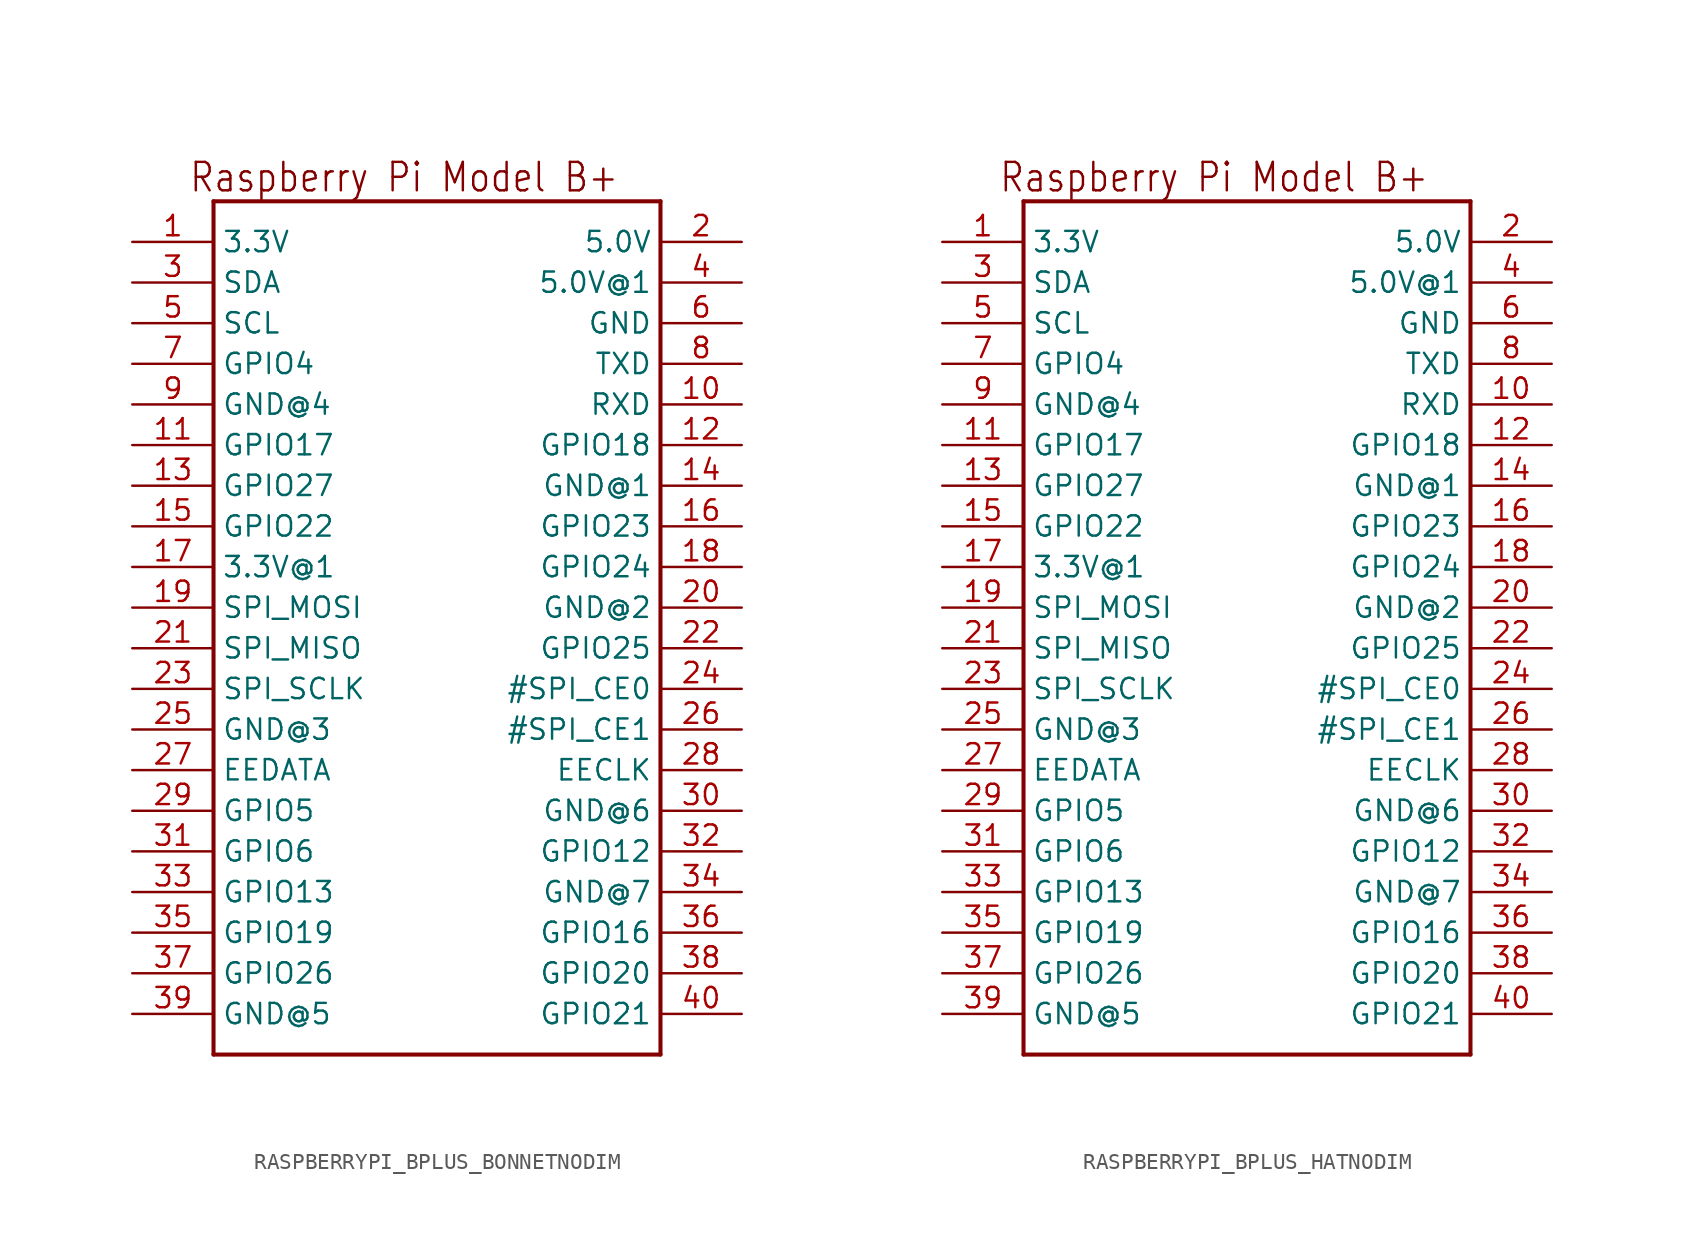
<source format=kicad_sym>
(kicad_symbol_lib
  (version 20211014)
  (generator kicad_symbol_editor)
  (symbol "RASPBERRYPI_BPLUS_BONNETNODIM"
    (property "Reference" "RPI"
      (at 0 0 0)
      (effects (font (size 1.27 1.27)) hide))
    (property "ki_locked" ""
      (at 0 0 0)
      (effects (font (size 1.27 1.27))))
    (symbol "RASPBERRYPI_BPLUS_BONNETNODIM_1_0"
      (polyline (pts (xy -12.7 -30.48) (xy -12.7 22.86)) (stroke (width 0.254) (type default) (color 0 0 0 0)) (fill (type none)))
      (polyline (pts (xy -12.7 22.86) (xy 15.24 22.86)) (stroke (width 0.254) (type default) (color 0 0 0 0)) (fill (type none)))
      (polyline (pts (xy 15.24 -30.48) (xy -12.7 -30.48)) (stroke (width 0.254) (type default) (color 0 0 0 0)) (fill (type none)))
      (polyline (pts (xy 15.24 22.86) (xy 15.24 -30.48)) (stroke (width 0.254) (type default) (color 0 0 0 0)) (fill (type none)))
      (text "Raspberry Pi Model B+" (at 12.7 25.4 0) (effects (font (size 1.778 1.511)) (justify right top)))
      (pin power_in line (at -17.78 20.32 0) (length 5.08) (name "3.3V" (effects (font (size 1.27 1.27)))) (number "1" (effects (font (size 1.27 1.27)))))
      (pin bidirectional line (at 20.32 10.16 180) (length 5.08) (name "RXD" (effects (font (size 1.27 1.27)))) (number "10" (effects (font (size 1.27 1.27)))))
      (pin bidirectional line (at -17.78 7.62 0) (length 5.08) (name "GPIO17" (effects (font (size 1.27 1.27)))) (number "11" (effects (font (size 1.27 1.27)))))
      (pin bidirectional line (at 20.32 7.62 180) (length 5.08) (name "GPIO18" (effects (font (size 1.27 1.27)))) (number "12" (effects (font (size 1.27 1.27)))))
      (pin bidirectional line (at -17.78 5.08 0) (length 5.08) (name "GPIO27" (effects (font (size 1.27 1.27)))) (number "13" (effects (font (size 1.27 1.27)))))
      (pin power_in line (at 20.32 5.08 180) (length 5.08) (name "GND@1" (effects (font (size 1.27 1.27)))) (number "14" (effects (font (size 1.27 1.27)))))
      (pin bidirectional line (at -17.78 2.54 0) (length 5.08) (name "GPIO22" (effects (font (size 1.27 1.27)))) (number "15" (effects (font (size 1.27 1.27)))))
      (pin bidirectional line (at 20.32 2.54 180) (length 5.08) (name "GPIO23" (effects (font (size 1.27 1.27)))) (number "16" (effects (font (size 1.27 1.27)))))
      (pin power_in line (at -17.78 0 0) (length 5.08) (name "3.3V@1" (effects (font (size 1.27 1.27)))) (number "17" (effects (font (size 1.27 1.27)))))
      (pin bidirectional line (at 20.32 0 180) (length 5.08) (name "GPIO24" (effects (font (size 1.27 1.27)))) (number "18" (effects (font (size 1.27 1.27)))))
      (pin bidirectional line (at -17.78 -2.54 0) (length 5.08) (name "SPI_MOSI" (effects (font (size 1.27 1.27)))) (number "19" (effects (font (size 1.27 1.27)))))
      (pin power_in line (at 20.32 20.32 180) (length 5.08) (name "5.0V" (effects (font (size 1.27 1.27)))) (number "2" (effects (font (size 1.27 1.27)))))
      (pin power_in line (at 20.32 -2.54 180) (length 5.08) (name "GND@2" (effects (font (size 1.27 1.27)))) (number "20" (effects (font (size 1.27 1.27)))))
      (pin bidirectional line (at -17.78 -5.08 0) (length 5.08) (name "SPI_MISO" (effects (font (size 1.27 1.27)))) (number "21" (effects (font (size 1.27 1.27)))))
      (pin bidirectional line (at 20.32 -5.08 180) (length 5.08) (name "GPIO25" (effects (font (size 1.27 1.27)))) (number "22" (effects (font (size 1.27 1.27)))))
      (pin bidirectional line (at -17.78 -7.62 0) (length 5.08) (name "SPI_SCLK" (effects (font (size 1.27 1.27)))) (number "23" (effects (font (size 1.27 1.27)))))
      (pin bidirectional line (at 20.32 -7.62 180) (length 5.08) (name "#SPI_CE0" (effects (font (size 1.27 1.27)))) (number "24" (effects (font (size 1.27 1.27)))))
      (pin power_in line (at -17.78 -10.16 0) (length 5.08) (name "GND@3" (effects (font (size 1.27 1.27)))) (number "25" (effects (font (size 1.27 1.27)))))
      (pin bidirectional line (at 20.32 -10.16 180) (length 5.08) (name "#SPI_CE1" (effects (font (size 1.27 1.27)))) (number "26" (effects (font (size 1.27 1.27)))))
      (pin bidirectional line (at -17.78 -12.7 0) (length 5.08) (name "EEDATA" (effects (font (size 1.27 1.27)))) (number "27" (effects (font (size 1.27 1.27)))))
      (pin bidirectional line (at 20.32 -12.7 180) (length 5.08) (name "EECLK" (effects (font (size 1.27 1.27)))) (number "28" (effects (font (size 1.27 1.27)))))
      (pin bidirectional line (at -17.78 -15.24 0) (length 5.08) (name "GPIO5" (effects (font (size 1.27 1.27)))) (number "29" (effects (font (size 1.27 1.27)))))
      (pin bidirectional line (at -17.78 17.78 0) (length 5.08) (name "SDA" (effects (font (size 1.27 1.27)))) (number "3" (effects (font (size 1.27 1.27)))))
      (pin power_in line (at 20.32 -15.24 180) (length 5.08) (name "GND@6" (effects (font (size 1.27 1.27)))) (number "30" (effects (font (size 1.27 1.27)))))
      (pin bidirectional line (at -17.78 -17.78 0) (length 5.08) (name "GPIO6" (effects (font (size 1.27 1.27)))) (number "31" (effects (font (size 1.27 1.27)))))
      (pin bidirectional line (at 20.32 -17.78 180) (length 5.08) (name "GPIO12" (effects (font (size 1.27 1.27)))) (number "32" (effects (font (size 1.27 1.27)))))
      (pin bidirectional line (at -17.78 -20.32 0) (length 5.08) (name "GPIO13" (effects (font (size 1.27 1.27)))) (number "33" (effects (font (size 1.27 1.27)))))
      (pin power_in line (at 20.32 -20.32 180) (length 5.08) (name "GND@7" (effects (font (size 1.27 1.27)))) (number "34" (effects (font (size 1.27 1.27)))))
      (pin bidirectional line (at -17.78 -22.86 0) (length 5.08) (name "GPIO19" (effects (font (size 1.27 1.27)))) (number "35" (effects (font (size 1.27 1.27)))))
      (pin bidirectional line (at 20.32 -22.86 180) (length 5.08) (name "GPIO16" (effects (font (size 1.27 1.27)))) (number "36" (effects (font (size 1.27 1.27)))))
      (pin bidirectional line (at -17.78 -25.4 0) (length 5.08) (name "GPIO26" (effects (font (size 1.27 1.27)))) (number "37" (effects (font (size 1.27 1.27)))))
      (pin bidirectional line (at 20.32 -25.4 180) (length 5.08) (name "GPIO20" (effects (font (size 1.27 1.27)))) (number "38" (effects (font (size 1.27 1.27)))))
      (pin power_in line (at -17.78 -27.94 0) (length 5.08) (name "GND@5" (effects (font (size 1.27 1.27)))) (number "39" (effects (font (size 1.27 1.27)))))
      (pin power_in line (at 20.32 17.78 180) (length 5.08) (name "5.0V@1" (effects (font (size 1.27 1.27)))) (number "4" (effects (font (size 1.27 1.27)))))
      (pin bidirectional line (at 20.32 -27.94 180) (length 5.08) (name "GPIO21" (effects (font (size 1.27 1.27)))) (number "40" (effects (font (size 1.27 1.27)))))
      (pin bidirectional line (at -17.78 15.24 0) (length 5.08) (name "SCL" (effects (font (size 1.27 1.27)))) (number "5" (effects (font (size 1.27 1.27)))))
      (pin power_in line (at 20.32 15.24 180) (length 5.08) (name "GND" (effects (font (size 1.27 1.27)))) (number "6" (effects (font (size 1.27 1.27)))))
      (pin bidirectional line (at -17.78 12.7 0) (length 5.08) (name "GPIO4" (effects (font (size 1.27 1.27)))) (number "7" (effects (font (size 1.27 1.27)))))
      (pin bidirectional line (at 20.32 12.7 180) (length 5.08) (name "TXD" (effects (font (size 1.27 1.27)))) (number "8" (effects (font (size 1.27 1.27)))))
      (pin power_in line (at -17.78 10.16 0) (length 5.08) (name "GND@4" (effects (font (size 1.27 1.27)))) (number "9" (effects (font (size 1.27 1.27)))))))
  (symbol "RASPBERRYPI_BPLUS_HATNODIM"
    (property "Reference" "RPI"
      (at 0 0 0)
      (effects (font (size 1.27 1.27)) hide))
    (property "ki_locked" ""
      (at 0 0 0)
      (effects (font (size 1.27 1.27))))
    (symbol "RASPBERRYPI_BPLUS_HATNODIM_1_0"
      (polyline (pts (xy -12.7 -30.48) (xy -12.7 22.86)) (stroke (width 0.254) (type default) (color 0 0 0 0)) (fill (type none)))
      (polyline (pts (xy -12.7 22.86) (xy 15.24 22.86)) (stroke (width 0.254) (type default) (color 0 0 0 0)) (fill (type none)))
      (polyline (pts (xy 15.24 -30.48) (xy -12.7 -30.48)) (stroke (width 0.254) (type default) (color 0 0 0 0)) (fill (type none)))
      (polyline (pts (xy 15.24 22.86) (xy 15.24 -30.48)) (stroke (width 0.254) (type default) (color 0 0 0 0)) (fill (type none)))
      (text "Raspberry Pi Model B+" (at 12.7 25.4 0) (effects (font (size 1.778 1.511)) (justify right top)))
      (pin power_in line (at -17.78 20.32 0) (length 5.08) (name "3.3V" (effects (font (size 1.27 1.27)))) (number "1" (effects (font (size 1.27 1.27)))))
      (pin bidirectional line (at 20.32 10.16 180) (length 5.08) (name "RXD" (effects (font (size 1.27 1.27)))) (number "10" (effects (font (size 1.27 1.27)))))
      (pin bidirectional line (at -17.78 7.62 0) (length 5.08) (name "GPIO17" (effects (font (size 1.27 1.27)))) (number "11" (effects (font (size 1.27 1.27)))))
      (pin bidirectional line (at 20.32 7.62 180) (length 5.08) (name "GPIO18" (effects (font (size 1.27 1.27)))) (number "12" (effects (font (size 1.27 1.27)))))
      (pin bidirectional line (at -17.78 5.08 0) (length 5.08) (name "GPIO27" (effects (font (size 1.27 1.27)))) (number "13" (effects (font (size 1.27 1.27)))))
      (pin power_in line (at 20.32 5.08 180) (length 5.08) (name "GND@1" (effects (font (size 1.27 1.27)))) (number "14" (effects (font (size 1.27 1.27)))))
      (pin bidirectional line (at -17.78 2.54 0) (length 5.08) (name "GPIO22" (effects (font (size 1.27 1.27)))) (number "15" (effects (font (size 1.27 1.27)))))
      (pin bidirectional line (at 20.32 2.54 180) (length 5.08) (name "GPIO23" (effects (font (size 1.27 1.27)))) (number "16" (effects (font (size 1.27 1.27)))))
      (pin power_in line (at -17.78 0 0) (length 5.08) (name "3.3V@1" (effects (font (size 1.27 1.27)))) (number "17" (effects (font (size 1.27 1.27)))))
      (pin bidirectional line (at 20.32 0 180) (length 5.08) (name "GPIO24" (effects (font (size 1.27 1.27)))) (number "18" (effects (font (size 1.27 1.27)))))
      (pin bidirectional line (at -17.78 -2.54 0) (length 5.08) (name "SPI_MOSI" (effects (font (size 1.27 1.27)))) (number "19" (effects (font (size 1.27 1.27)))))
      (pin power_in line (at 20.32 20.32 180) (length 5.08) (name "5.0V" (effects (font (size 1.27 1.27)))) (number "2" (effects (font (size 1.27 1.27)))))
      (pin power_in line (at 20.32 -2.54 180) (length 5.08) (name "GND@2" (effects (font (size 1.27 1.27)))) (number "20" (effects (font (size 1.27 1.27)))))
      (pin bidirectional line (at -17.78 -5.08 0) (length 5.08) (name "SPI_MISO" (effects (font (size 1.27 1.27)))) (number "21" (effects (font (size 1.27 1.27)))))
      (pin bidirectional line (at 20.32 -5.08 180) (length 5.08) (name "GPIO25" (effects (font (size 1.27 1.27)))) (number "22" (effects (font (size 1.27 1.27)))))
      (pin bidirectional line (at -17.78 -7.62 0) (length 5.08) (name "SPI_SCLK" (effects (font (size 1.27 1.27)))) (number "23" (effects (font (size 1.27 1.27)))))
      (pin bidirectional line (at 20.32 -7.62 180) (length 5.08) (name "#SPI_CE0" (effects (font (size 1.27 1.27)))) (number "24" (effects (font (size 1.27 1.27)))))
      (pin power_in line (at -17.78 -10.16 0) (length 5.08) (name "GND@3" (effects (font (size 1.27 1.27)))) (number "25" (effects (font (size 1.27 1.27)))))
      (pin bidirectional line (at 20.32 -10.16 180) (length 5.08) (name "#SPI_CE1" (effects (font (size 1.27 1.27)))) (number "26" (effects (font (size 1.27 1.27)))))
      (pin bidirectional line (at -17.78 -12.7 0) (length 5.08) (name "EEDATA" (effects (font (size 1.27 1.27)))) (number "27" (effects (font (size 1.27 1.27)))))
      (pin bidirectional line (at 20.32 -12.7 180) (length 5.08) (name "EECLK" (effects (font (size 1.27 1.27)))) (number "28" (effects (font (size 1.27 1.27)))))
      (pin bidirectional line (at -17.78 -15.24 0) (length 5.08) (name "GPIO5" (effects (font (size 1.27 1.27)))) (number "29" (effects (font (size 1.27 1.27)))))
      (pin bidirectional line (at -17.78 17.78 0) (length 5.08) (name "SDA" (effects (font (size 1.27 1.27)))) (number "3" (effects (font (size 1.27 1.27)))))
      (pin power_in line (at 20.32 -15.24 180) (length 5.08) (name "GND@6" (effects (font (size 1.27 1.27)))) (number "30" (effects (font (size 1.27 1.27)))))
      (pin bidirectional line (at -17.78 -17.78 0) (length 5.08) (name "GPIO6" (effects (font (size 1.27 1.27)))) (number "31" (effects (font (size 1.27 1.27)))))
      (pin bidirectional line (at 20.32 -17.78 180) (length 5.08) (name "GPIO12" (effects (font (size 1.27 1.27)))) (number "32" (effects (font (size 1.27 1.27)))))
      (pin bidirectional line (at -17.78 -20.32 0) (length 5.08) (name "GPIO13" (effects (font (size 1.27 1.27)))) (number "33" (effects (font (size 1.27 1.27)))))
      (pin power_in line (at 20.32 -20.32 180) (length 5.08) (name "GND@7" (effects (font (size 1.27 1.27)))) (number "34" (effects (font (size 1.27 1.27)))))
      (pin bidirectional line (at -17.78 -22.86 0) (length 5.08) (name "GPIO19" (effects (font (size 1.27 1.27)))) (number "35" (effects (font (size 1.27 1.27)))))
      (pin bidirectional line (at 20.32 -22.86 180) (length 5.08) (name "GPIO16" (effects (font (size 1.27 1.27)))) (number "36" (effects (font (size 1.27 1.27)))))
      (pin bidirectional line (at -17.78 -25.4 0) (length 5.08) (name "GPIO26" (effects (font (size 1.27 1.27)))) (number "37" (effects (font (size 1.27 1.27)))))
      (pin bidirectional line (at 20.32 -25.4 180) (length 5.08) (name "GPIO20" (effects (font (size 1.27 1.27)))) (number "38" (effects (font (size 1.27 1.27)))))
      (pin power_in line (at -17.78 -27.94 0) (length 5.08) (name "GND@5" (effects (font (size 1.27 1.27)))) (number "39" (effects (font (size 1.27 1.27)))))
      (pin power_in line (at 20.32 17.78 180) (length 5.08) (name "5.0V@1" (effects (font (size 1.27 1.27)))) (number "4" (effects (font (size 1.27 1.27)))))
      (pin bidirectional line (at 20.32 -27.94 180) (length 5.08) (name "GPIO21" (effects (font (size 1.27 1.27)))) (number "40" (effects (font (size 1.27 1.27)))))
      (pin bidirectional line (at -17.78 15.24 0) (length 5.08) (name "SCL" (effects (font (size 1.27 1.27)))) (number "5" (effects (font (size 1.27 1.27)))))
      (pin power_in line (at 20.32 15.24 180) (length 5.08) (name "GND" (effects (font (size 1.27 1.27)))) (number "6" (effects (font (size 1.27 1.27)))))
      (pin bidirectional line (at -17.78 12.7 0) (length 5.08) (name "GPIO4" (effects (font (size 1.27 1.27)))) (number "7" (effects (font (size 1.27 1.27)))))
      (pin bidirectional line (at 20.32 12.7 180) (length 5.08) (name "TXD" (effects (font (size 1.27 1.27)))) (number "8" (effects (font (size 1.27 1.27)))))
      (pin power_in line (at -17.78 10.16 0) (length 5.08) (name "GND@4" (effects (font (size 1.27 1.27)))) (number "9" (effects (font (size 1.27 1.27))))))))
</source>
